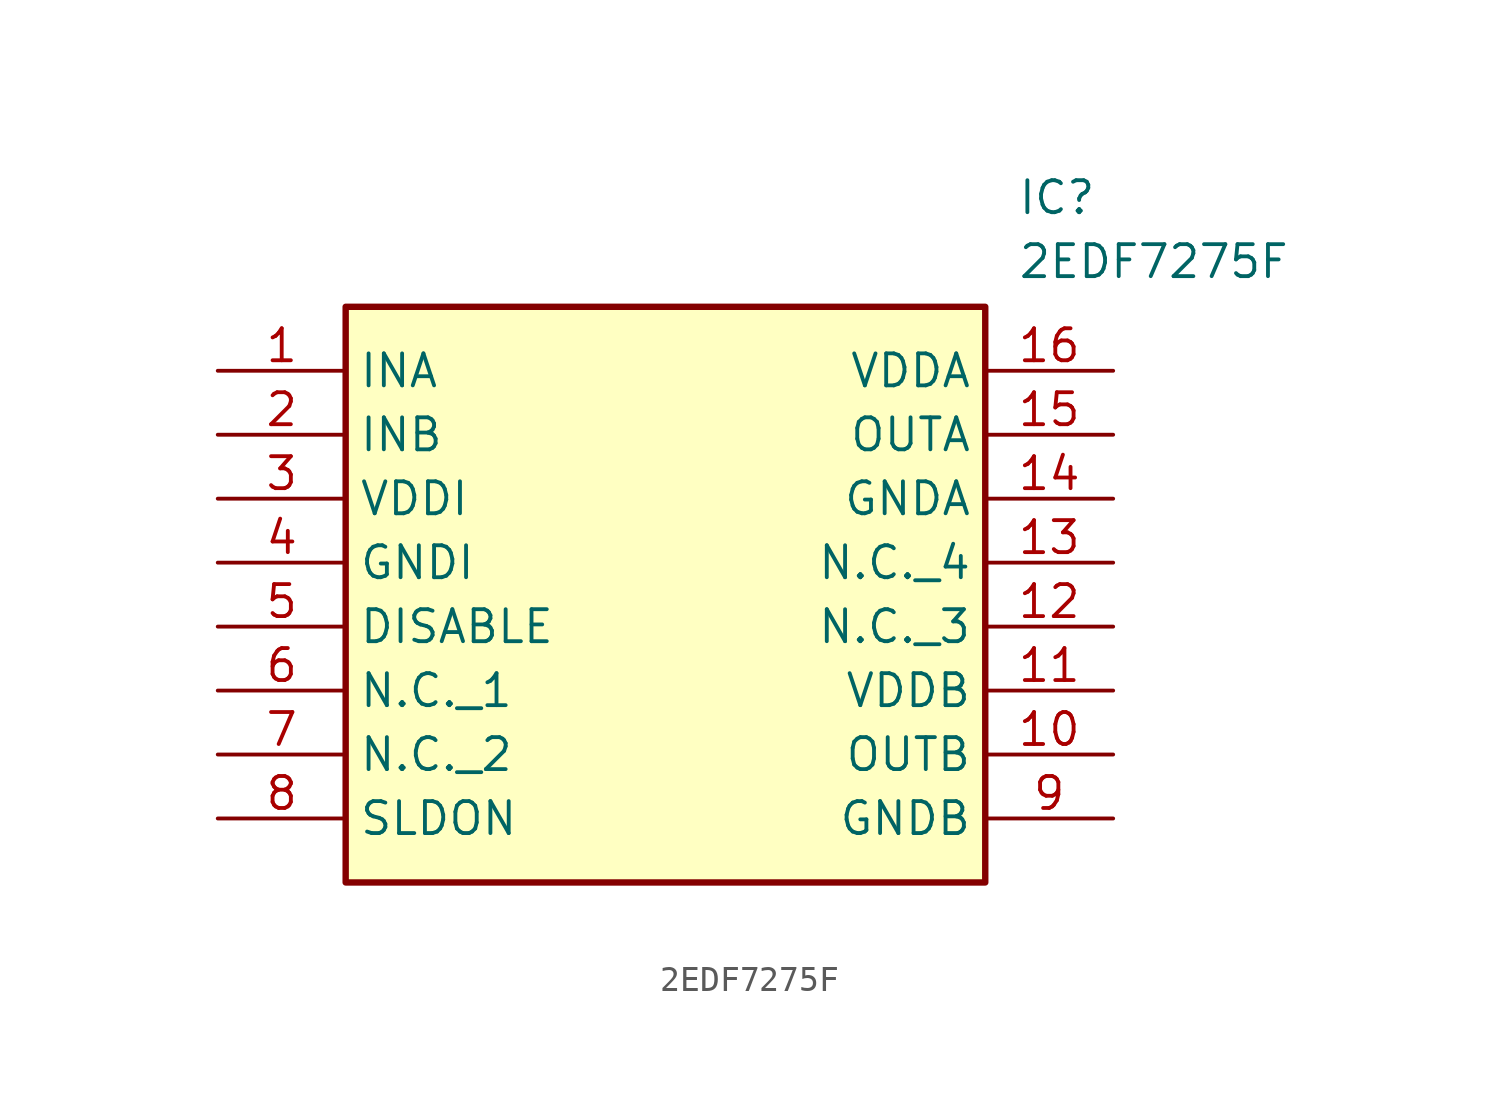
<source format=kicad_sym>
(kicad_symbol_lib
  (version 20211014)
  (generator SamacSys_ECAD_Model)
  (symbol "2EDF7275F"
    (property "Reference" "IC"
      (at 31.75 7.62 0)
      (effects (font (size 1.27 1.27)) (justify left top)))
    (property "Value" "2EDF7275F"
      (at 31.75 5.08 0)
      (effects (font (size 1.27 1.27)) (justify left top)))
    (rectangle
      (start 5.08 2.54)
      (end 30.48 -20.32)
      (stroke (width 0.254) (type default))
      (fill (type background)))
    (pin passive line
      (at 0 0 0)
      (length 5.08)
      (name "INA" (effects (font (size 1.27 1.27))))
      (number "1" (effects (font (size 1.27 1.27)))))
    (pin passive line
      (at 0 -2.54 0)
      (length 5.08)
      (name "INB" (effects (font (size 1.27 1.27))))
      (number "2" (effects (font (size 1.27 1.27)))))
    (pin passive line
      (at 0 -5.08 0)
      (length 5.08)
      (name "VDDI" (effects (font (size 1.27 1.27))))
      (number "3" (effects (font (size 1.27 1.27)))))
    (pin passive line
      (at 0 -7.62 0)
      (length 5.08)
      (name "GNDI" (effects (font (size 1.27 1.27))))
      (number "4" (effects (font (size 1.27 1.27)))))
    (pin passive line
      (at 0 -10.16 0)
      (length 5.08)
      (name "DISABLE" (effects (font (size 1.27 1.27))))
      (number "5" (effects (font (size 1.27 1.27)))))
    (pin passive line
      (at 0 -12.7 0)
      (length 5.08)
      (name "N.C._1" (effects (font (size 1.27 1.27))))
      (number "6" (effects (font (size 1.27 1.27)))))
    (pin passive line
      (at 0 -15.24 0)
      (length 5.08)
      (name "N.C._2" (effects (font (size 1.27 1.27))))
      (number "7" (effects (font (size 1.27 1.27)))))
    (pin passive line
      (at 0 -17.78 0)
      (length 5.08)
      (name "SLDON" (effects (font (size 1.27 1.27))))
      (number "8" (effects (font (size 1.27 1.27)))))
    (pin passive line
      (at 35.56 0 180)
      (length 5.08)
      (name "VDDA" (effects (font (size 1.27 1.27))))
      (number "16" (effects (font (size 1.27 1.27)))))
    (pin passive line
      (at 35.56 -2.54 180)
      (length 5.08)
      (name "OUTA" (effects (font (size 1.27 1.27))))
      (number "15" (effects (font (size 1.27 1.27)))))
    (pin passive line
      (at 35.56 -5.08 180)
      (length 5.08)
      (name "GNDA" (effects (font (size 1.27 1.27))))
      (number "14" (effects (font (size 1.27 1.27)))))
    (pin passive line
      (at 35.56 -7.62 180)
      (length 5.08)
      (name "N.C._4" (effects (font (size 1.27 1.27))))
      (number "13" (effects (font (size 1.27 1.27)))))
    (pin passive line
      (at 35.56 -10.16 180)
      (length 5.08)
      (name "N.C._3" (effects (font (size 1.27 1.27))))
      (number "12" (effects (font (size 1.27 1.27)))))
    (pin passive line
      (at 35.56 -12.7 180)
      (length 5.08)
      (name "VDDB" (effects (font (size 1.27 1.27))))
      (number "11" (effects (font (size 1.27 1.27)))))
    (pin passive line
      (at 35.56 -15.24 180)
      (length 5.08)
      (name "OUTB" (effects (font (size 1.27 1.27))))
      (number "10" (effects (font (size 1.27 1.27)))))
    (pin passive line
      (at 35.56 -17.78 180)
      (length 5.08)
      (name "GNDB" (effects (font (size 1.27 1.27))))
      (number "9" (effects (font (size 1.27 1.27)))))))
</source>
